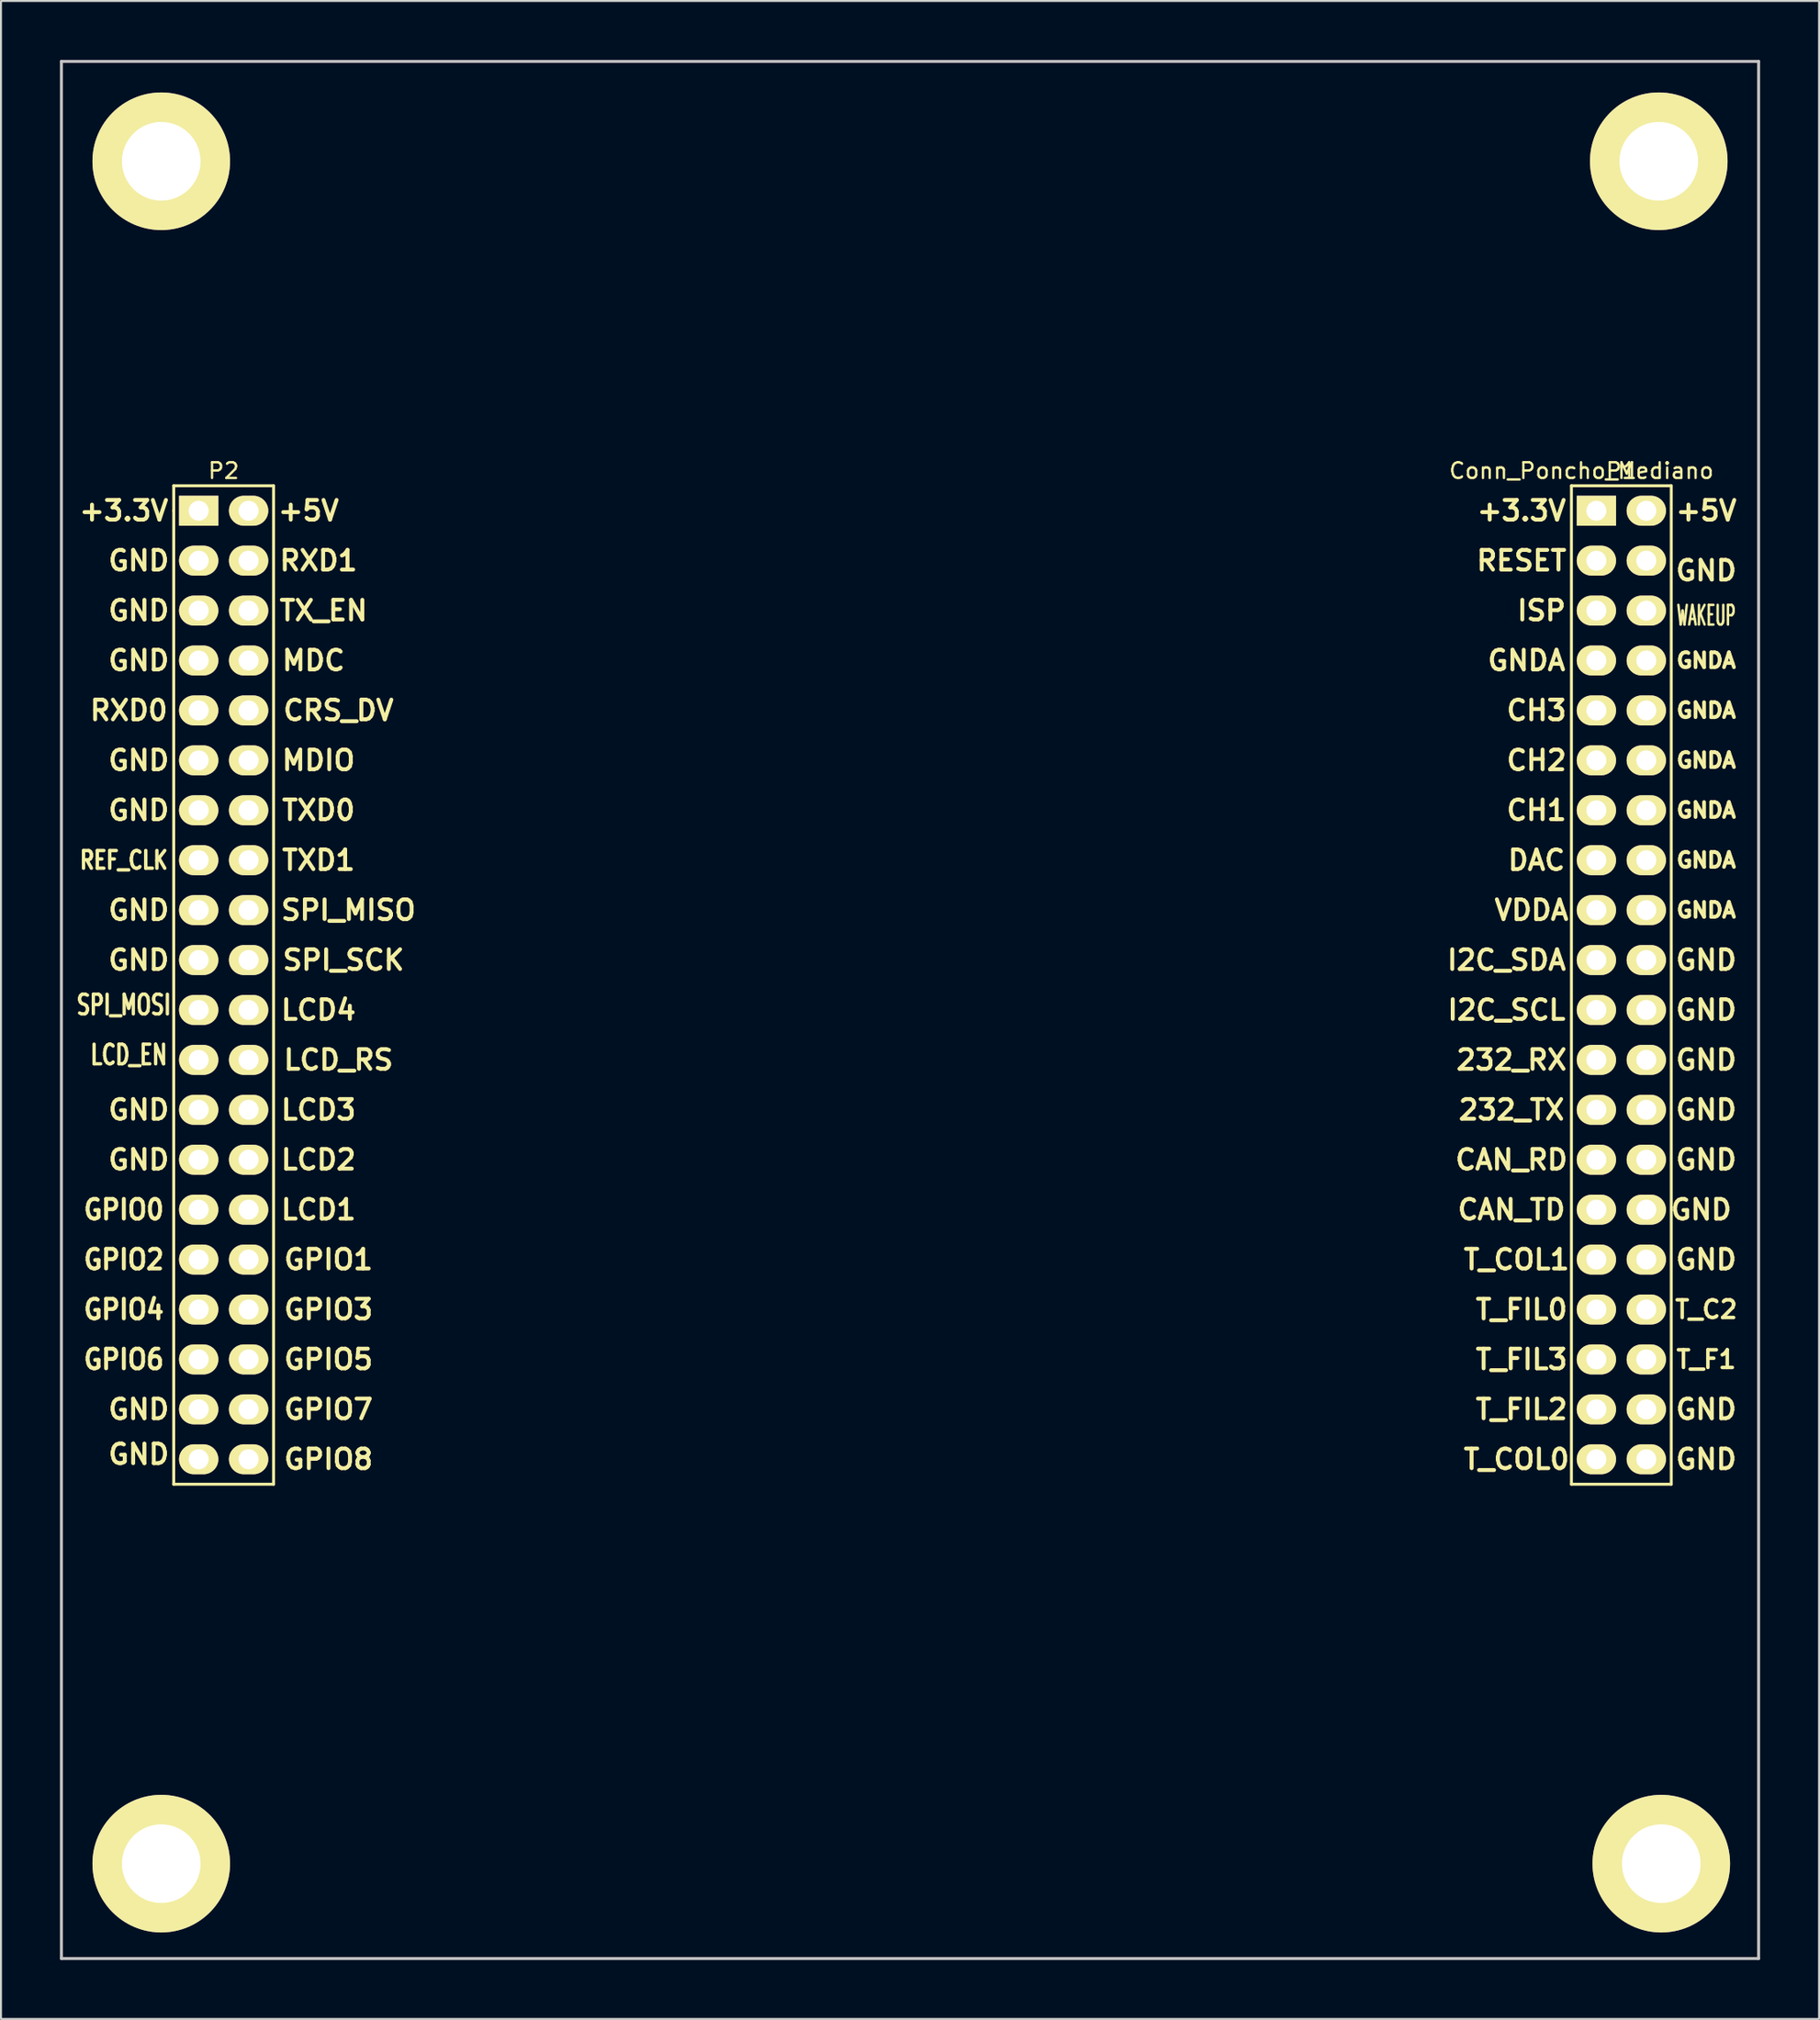
<source format=kicad_pcb>
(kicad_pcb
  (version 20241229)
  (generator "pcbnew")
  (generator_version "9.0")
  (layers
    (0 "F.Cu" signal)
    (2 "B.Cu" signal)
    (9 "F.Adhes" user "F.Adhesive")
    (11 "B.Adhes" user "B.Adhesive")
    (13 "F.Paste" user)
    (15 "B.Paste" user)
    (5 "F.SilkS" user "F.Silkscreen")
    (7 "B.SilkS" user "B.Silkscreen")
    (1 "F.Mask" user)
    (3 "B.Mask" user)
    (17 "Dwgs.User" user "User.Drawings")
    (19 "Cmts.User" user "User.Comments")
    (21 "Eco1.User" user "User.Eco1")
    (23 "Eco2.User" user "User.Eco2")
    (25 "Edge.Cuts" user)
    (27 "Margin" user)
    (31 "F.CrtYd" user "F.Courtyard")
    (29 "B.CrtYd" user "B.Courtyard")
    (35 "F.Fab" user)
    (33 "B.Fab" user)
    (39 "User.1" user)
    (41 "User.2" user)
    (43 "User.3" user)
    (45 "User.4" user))
  (footprint "Conn_Poncho_Mediano"
    (layer "F.Cu")
    (at 78.18 22.935)
    (property "Reference" "Conn_Poncho_Mediano" (at -0.762 -2.032 0) (layer "F.SilkS") (effects (font (size 0.8 0.8) (thickness 0.12))))
    (attr through_hole)
    (fp_line (start -72.39 -1.27) (end -67.31 -1.27) (stroke (width 0.15) (type solid)) (layer "F.SilkS"))
    (fp_line (start -72.39 0) (end -72.39 -1.27) (stroke (width 0.15) (type solid)) (layer "F.SilkS"))
    (fp_line (start -72.39 49.53) (end -72.39 0) (stroke (width 0.15) (type solid)) (layer "F.SilkS"))
    (fp_line (start -67.31 -1.27) (end -67.31 49.53) (stroke (width 0.15) (type solid)) (layer "F.SilkS"))
    (fp_line (start -67.31 49.53) (end -72.39 49.53) (stroke (width 0.15) (type solid)) (layer "F.SilkS"))
    (fp_line (start -1.27 49.53) (end -1.27 -1.27) (stroke (width 0.15) (type solid)) (layer "F.SilkS"))
    (fp_line (start 3.81 -1.27) (end -1.27 -1.27) (stroke (width 0.15) (type solid)) (layer "F.SilkS"))
    (fp_line (start 3.81 49.53) (end -1.27 49.53) (stroke (width 0.15) (type solid)) (layer "F.SilkS"))
    (fp_line (start 3.81 49.53) (end 3.81 -1.27) (stroke (width 0.15) (type solid)) (layer "F.SilkS"))
    (fp_line (start -78.105 -22.86) (end 8.255 -22.86) (stroke (width 0.15) (type solid)) (layer "Dwgs.User"))
    (fp_line (start -78.105 73.66) (end -78.105 -22.86) (stroke (width 0.15) (type solid)) (layer "Dwgs.User"))
    (fp_line (start 8.255 -22.86) (end 8.255 73.66) (stroke (width 0.15) (type solid)) (layer "Dwgs.User"))
    (fp_line (start 8.255 73.66) (end -78.105 73.66) (stroke (width 0.15) (type solid)) (layer "Dwgs.User"))
    (fp_text user "TX_EN" (at -64.77 5.08 0) (layer "F.SilkS") (effects (font (size 1 1) (thickness 0.2))))
    (fp_text user "GND" (at 5.334 35.56 0) (layer "F.SilkS") (effects (font (size 1 1) (thickness 0.2))))
    (fp_text user "T_F1" (at 5.588 43.18 0) (layer "F.SilkS") (effects (font (size 0.9 0.9) (thickness 0.18))))
    (fp_text user "GND" (at -74.168 45.72 0) (layer "F.SilkS") (effects (font (size 1 1) (thickness 0.2))))
    (fp_text user "GPIO2" (at -74.93 38.1 0) (layer "F.SilkS") (effects (font (size 1 0.9) (thickness 0.2))))
    (fp_text user "REF_CLK" (at -74.93 17.78 0) (layer "F.SilkS") (effects (font (size 0.9 0.7) (thickness 0.175))))
    (fp_text user "GND" (at 5.588 25.4 0) (layer "F.SilkS") (effects (font (size 1 1) (thickness 0.2))))
    (fp_text user "CH1" (at -3.048 15.24 0) (layer "F.SilkS") (effects (font (size 1 1) (thickness 0.2))))
    (fp_text user "GND" (at 5.588 22.86 0) (layer "F.SilkS") (effects (font (size 1 1) (thickness 0.2))))
    (fp_text user "GNDA" (at 5.588 7.62 0) (layer "F.SilkS") (effects (font (size 0.76 0.76) (thickness 0.19))))
    (fp_text user "RXD0" (at -74.676 10.16 0) (layer "F.SilkS") (effects (font (size 1 1) (thickness 0.2))))
    (fp_text user "GND" (at 5.588 3.048 0) (layer "F.SilkS") (effects (font (size 1 1) (thickness 0.2))))
    (fp_text user "GNDA" (at -3.556 7.62 0) (layer "F.SilkS") (effects (font (size 1 1) (thickness 0.2))))
    (fp_text user "ISP" (at -2.794 5.08 0) (layer "F.SilkS") (effects (font (size 1 1) (thickness 0.2))))
    (fp_text user "CH2" (at -3.048 12.7 0) (layer "F.SilkS") (effects (font (size 1 1) (thickness 0.2))))
    (fp_text user "GND" (at -74.168 12.7 0) (layer "F.SilkS") (effects (font (size 1 1) (thickness 0.2))))
    (fp_text user "RESET" (at -3.81 2.54 0) (layer "F.SilkS") (effects (font (size 1 1) (thickness 0.2))))
    (fp_text user "DAC" (at -3.048 17.78 0) (layer "F.SilkS") (effects (font (size 1 1) (thickness 0.2))))
    (fp_text user "I2C_SCL" (at -4.572 25.4 0) (layer "F.SilkS") (effects (font (size 1 1) (thickness 0.2))))
    (fp_text user "GPIO5" (at -64.516 43.18 0) (layer "F.SilkS") (effects (font (size 1 1) (thickness 0.2))))
    (fp_text user "CAN_RD" (at -4.318 33.02 0) (layer "F.SilkS") (effects (font (size 1 1) (thickness 0.2))))
    (fp_text user "T_COL0" (at -4.064 48.26 0) (layer "F.SilkS") (effects (font (size 1 1) (thickness 0.2))))
    (fp_text user "GND" (at 5.588 48.26 0) (layer "F.SilkS") (effects (font (size 1 1) (thickness 0.2))))
    (fp_text user "GPIO4" (at -74.93 40.64 0) (layer "F.SilkS") (effects (font (size 1 0.9) (thickness 0.2))))
    (fp_text user "+3.3V" (at -3.81 0 0) (layer "F.SilkS") (effects (font (size 1 1) (thickness 0.2))))
    (fp_text user "GND" (at 5.588 45.72 0) (layer "F.SilkS") (effects (font (size 1 1) (thickness 0.2))))
    (fp_text user "VDDA" (at -3.302 20.32 0) (layer "F.SilkS") (effects (font (size 1 1) (thickness 0.2))))
    (fp_text user "LCD3" (at -65.024 30.48 0) (layer "F.SilkS") (effects (font (size 1 1) (thickness 0.2))))
    (fp_text user "P2" (at -69.85 -2.032 0) (layer "F.SilkS") (effects (font (size 0.8 0.8) (thickness 0.12))))
    (fp_text user "GND" (at -74.168 48.006 0) (layer "F.SilkS") (effects (font (size 1 1) (thickness 0.2))))
    (fp_text user "LCD4" (at -65.024 25.4 0) (layer "F.SilkS") (effects (font (size 1 1) (thickness 0.2))))
    (fp_text user "TXD0" (at -65.024 15.24 0) (layer "F.SilkS") (effects (font (size 1 1) (thickness 0.2))))
    (fp_text user "+3.3V" (at -74.93 0 0) (layer "F.SilkS") (effects (font (size 1 1) (thickness 0.2))))
    (fp_text user "RXD1" (at -65.024 2.54 0) (layer "F.SilkS") (effects (font (size 1 1) (thickness 0.2))))
    (fp_text user "GPIO7" (at -64.516 45.72 0) (layer "F.SilkS") (effects (font (size 1 1) (thickness 0.2))))
    (fp_text user "T_COL1" (at -4.064 38.1 0) (layer "F.SilkS") (effects (font (size 1 1) (thickness 0.2))))
    (fp_text user "GND" (at 5.588 30.48 0) (layer "F.SilkS") (effects (font (size 1 1) (thickness 0.2))))
    (fp_text user "SPI_MOSI" (at -74.93 25.146 0) (layer "F.SilkS") (effects (font (size 1 0.7) (thickness 0.17))))
    (fp_text user "GND" (at 5.588 33.02 0) (layer "F.SilkS") (effects (font (size 1 1) (thickness 0.2))))
    (fp_text user "MDIO" (at -65.024 12.7 0) (layer "F.SilkS") (effects (font (size 1 1) (thickness 0.2))))
    (fp_text user "GPIO1" (at -64.516 38.1 0) (layer "F.SilkS") (effects (font (size 1 1) (thickness 0.2))))
    (fp_text user "232_RX" (at -4.318 27.94 0) (layer "F.SilkS") (effects (font (size 1 1) (thickness 0.2))))
    (fp_text user "GND" (at -74.168 5.08 0) (layer "F.SilkS") (effects (font (size 1 1) (thickness 0.2))))
    (fp_text user "SPI_MISO" (at -63.5 20.32 0) (layer "F.SilkS") (effects (font (size 1 1) (thickness 0.2))))
    (fp_text user "LCD2" (at -65.024 33.02 0) (layer "F.SilkS") (effects (font (size 1 1) (thickness 0.2))))
    (fp_text user "WAKEUP" (at 5.588 5.334 0) (layer "F.SilkS") (effects (font (size 1 0.5) (thickness 0.125))))
    (fp_text user "T_FIL3" (at -3.81 43.18 0) (layer "F.SilkS") (effects (font (size 1 1) (thickness 0.2))))
    (fp_text user "GND" (at -74.168 2.54 0) (layer "F.SilkS") (effects (font (size 1 1) (thickness 0.2))))
    (fp_text user "GPIO3" (at -64.516 40.64 0) (layer "F.SilkS") (effects (font (size 1 1) (thickness 0.2))))
    (fp_text user "P1" (at 1.27 -2.032 0) (layer "F.SilkS") (effects (font (size 0.8 0.8) (thickness 0.12))))
    (fp_text user "GPIO8" (at -64.516 48.26 0) (layer "F.SilkS") (effects (font (size 1 1) (thickness 0.2))))
    (fp_text user "T_C2" (at 5.588 40.64 0) (layer "F.SilkS") (effects (font (size 0.9 0.9) (thickness 0.18))))
    (fp_text user "SPI_SCK" (at -63.754 22.86 0) (layer "F.SilkS") (effects (font (size 1 1) (thickness 0.2))))
    (fp_text user "T_FIL2" (at -3.81 45.72 0) (layer "F.SilkS") (effects (font (size 1 1) (thickness 0.2))))
    (fp_text user "GPIO6" (at -74.93 43.18 0) (layer "F.SilkS") (effects (font (size 1 0.9) (thickness 0.2))))
    (fp_text user "LCD_RS" (at -64.008 27.94 0) (layer "F.SilkS") (effects (font (size 1 1) (thickness 0.2))))
    (fp_text user "232_TX" (at -4.318 30.48 0) (layer "F.SilkS") (effects (font (size 1 1) (thickness 0.2))))
    (fp_text user "GND" (at -74.168 7.62 0) (layer "F.SilkS") (effects (font (size 1 1) (thickness 0.2))))
    (fp_text user "GPIO0" (at -74.93 35.56 0) (layer "F.SilkS") (effects (font (size 1 0.9) (thickness 0.2))))
    (fp_text user "TXD1" (at -65.024 17.78 0) (layer "F.SilkS") (effects (font (size 1 1) (thickness 0.2))))
    (fp_text user "I2C_SDA" (at -4.572 22.86 0) (layer "F.SilkS") (effects (font (size 1 1) (thickness 0.2))))
    (fp_text user "CRS_DV" (at -64.008 10.16 0) (layer "F.SilkS") (effects (font (size 1 1) (thickness 0.2))))
    (fp_text user "+5V" (at -65.532 0 0) (layer "F.SilkS") (effects (font (size 1 1) (thickness 0.2))))
    (fp_text user "GND" (at -74.168 15.24 0) (layer "F.SilkS") (effects (font (size 1 1) (thickness 0.2))))
    (fp_text user "GND" (at 5.588 27.94 0) (layer "F.SilkS") (effects (font (size 1 1) (thickness 0.2))))
    (fp_text user "GNDA" (at 5.588 15.24 0) (layer "F.SilkS") (effects (font (size 0.76 0.76) (thickness 0.19))))
    (fp_text user "T_FIL0" (at -3.81 40.64 0) (layer "F.SilkS") (effects (font (size 1 1) (thickness 0.2))))
    (fp_text user "CAN_TD" (at -4.318 35.56 0) (layer "F.SilkS") (effects (font (size 1 1) (thickness 0.2))))
    (fp_text user "GND" (at -74.168 33.02 0) (layer "F.SilkS") (effects (font (size 1 1) (thickness 0.2))))
    (fp_text user "GND" (at -74.168 30.48 0) (layer "F.SilkS") (effects (font (size 1 1) (thickness 0.2))))
    (fp_text user "CH3" (at -3.048 10.16 0) (layer "F.SilkS") (effects (font (size 1 1) (thickness 0.2))))
    (fp_text user "GND" (at -74.168 22.86 0) (layer "F.SilkS") (effects (font (size 1 1) (thickness 0.2))))
    (fp_text user "LCD_EN" (at -74.676 27.686 0) (layer "F.SilkS") (effects (font (size 1 0.7) (thickness 0.17))))
    (fp_text user "GNDA" (at 5.588 12.7 0) (layer "F.SilkS") (effects (font (size 0.76 0.76) (thickness 0.19))))
    (fp_text user "+5V" (at 5.588 0 0) (layer "F.SilkS") (effects (font (size 1 1) (thickness 0.2))))
    (fp_text user "LCD1" (at -65.024 35.56 0) (layer "F.SilkS") (effects (font (size 1 1) (thickness 0.2))))
    (fp_text user "GNDA" (at 5.588 10.16 0) (layer "F.SilkS") (effects (font (size 0.76 0.76) (thickness 0.19))))
    (fp_text user "GNDA" (at 5.588 20.32 0) (layer "F.SilkS") (effects (font (size 0.76 0.76) (thickness 0.19))))
    (fp_text user "MDC" (at -65.278 7.62 0) (layer "F.SilkS") (effects (font (size 1 1) (thickness 0.2))))
    (fp_text user "GNDA" (at 5.588 17.78 0) (layer "F.SilkS") (effects (font (size 0.76 0.76) (thickness 0.19))))
    (fp_text user "GND" (at 5.588 38.1 0) (layer "F.SilkS") (effects (font (size 1 1) (thickness 0.2))))
    (fp_text user "GND" (at -74.168 20.32 0) (layer "F.SilkS") (effects (font (size 1 1) (thickness 0.2))))
    (pad "1" thru_hole rect (at 0 0 270) (size 1.524 2) (drill 1.016) (layers "*.Cu" "*.Mask" "F.SilkS"))
    (pad "2" thru_hole oval (at 2.54 0 270) (size 1.524 2) (drill 1.016) (layers "*.Cu" "*.Mask" "F.SilkS"))
    (pad "3" thru_hole oval (at 0 2.54 270) (size 1.524 2) (drill 1.016) (layers "*.Cu" "*.Mask" "F.SilkS"))
    (pad "4" thru_hole oval (at 2.54 2.54 270) (size 1.524 2) (drill 1.016) (layers "*.Cu" "*.Mask" "F.SilkS"))
    (pad "5" thru_hole oval (at 0 5.08 270) (size 1.524 2) (drill 1.016) (layers "*.Cu" "*.Mask" "F.SilkS"))
    (pad "6" thru_hole oval (at 2.54 5.08 270) (size 1.524 2) (drill 1.016) (layers "*.Cu" "*.Mask" "F.SilkS"))
    (pad "7" thru_hole oval (at 0 7.62 270) (size 1.524 2) (drill 1.016) (layers "*.Cu" "*.Mask" "F.SilkS"))
    (pad "8" thru_hole oval (at 2.54 7.62 270) (size 1.524 2) (drill 1.016) (layers "*.Cu" "*.Mask" "F.SilkS"))
    (pad "9" thru_hole oval (at 0 10.16 270) (size 1.524 2) (drill 1.016) (layers "*.Cu" "*.Mask" "F.SilkS"))
    (pad "10" thru_hole oval (at 2.54 10.16 270) (size 1.524 2) (drill 1.016) (layers "*.Cu" "*.Mask" "F.SilkS"))
    (pad "11" thru_hole oval (at 0 12.7 270) (size 1.524 2) (drill 1.016) (layers "*.Cu" "*.Mask" "F.SilkS"))
    (pad "12" thru_hole oval (at 2.54 12.7 270) (size 1.524 2) (drill 1.016) (layers "*.Cu" "*.Mask" "F.SilkS"))
    (pad "13" thru_hole oval (at 0 15.24 270) (size 1.524 2) (drill 1.016) (layers "*.Cu" "*.Mask" "F.SilkS"))
    (pad "14" thru_hole oval (at 2.54 15.24 270) (size 1.524 2) (drill 1.016) (layers "*.Cu" "*.Mask" "F.SilkS"))
    (pad "15" thru_hole oval (at 0 17.78 270) (size 1.524 2) (drill 1.016) (layers "*.Cu" "*.Mask" "F.SilkS"))
    (pad "16" thru_hole oval (at 2.54 17.78 270) (size 1.524 2) (drill 1.016) (layers "*.Cu" "*.Mask" "F.SilkS"))
    (pad "17" thru_hole oval (at 0 20.32 270) (size 1.524 2) (drill 1.016) (layers "*.Cu" "*.Mask" "F.SilkS"))
    (pad "18" thru_hole oval (at 2.54 20.32 270) (size 1.524 2) (drill 1.016) (layers "*.Cu" "*.Mask" "F.SilkS"))
    (pad "19" thru_hole oval (at 0 22.86 270) (size 1.524 2) (drill 1.016) (layers "*.Cu" "*.Mask" "F.SilkS"))
    (pad "20" thru_hole oval (at 2.54 22.86 270) (size 1.524 2) (drill 1.016) (layers "*.Cu" "*.Mask" "F.SilkS"))
    (pad "21" thru_hole oval (at 0 25.4 270) (size 1.524 2) (drill 1.016) (layers "*.Cu" "*.Mask" "F.SilkS"))
    (pad "22" thru_hole oval (at 2.54 25.4 270) (size 1.524 2) (drill 1.016) (layers "*.Cu" "*.Mask" "F.SilkS"))
    (pad "23" thru_hole oval (at 0 27.94 270) (size 1.524 2) (drill 1.016) (layers "*.Cu" "*.Mask" "F.SilkS"))
    (pad "24" thru_hole oval (at 2.54 27.94 270) (size 1.524 2) (drill 1.016) (layers "*.Cu" "*.Mask" "F.SilkS"))
    (pad "25" thru_hole oval (at 0 30.48 270) (size 1.524 2) (drill 1.016) (layers "*.Cu" "*.Mask" "F.SilkS"))
    (pad "26" thru_hole oval (at 2.54 30.48 270) (size 1.524 2) (drill 1.016) (layers "*.Cu" "*.Mask" "F.SilkS"))
    (pad "27" thru_hole oval (at 0 33.02 270) (size 1.524 2) (drill 1.016) (layers "*.Cu" "*.Mask" "F.SilkS"))
    (pad "28" thru_hole oval (at 2.54 33.02 270) (size 1.524 2) (drill 1.016) (layers "*.Cu" "*.Mask" "F.SilkS"))
    (pad "29" thru_hole oval (at 0 35.56 270) (size 1.524 2) (drill 1.016) (layers "*.Cu" "*.Mask" "F.SilkS"))
    (pad "30" thru_hole oval (at 2.54 35.56 270) (size 1.524 2) (drill 1.016) (layers "*.Cu" "*.Mask" "F.SilkS"))
    (pad "31" thru_hole oval (at 0 38.1 270) (size 1.524 2) (drill 1.016) (layers "*.Cu" "*.Mask" "F.SilkS"))
    (pad "32" thru_hole oval (at 2.54 38.1 270) (size 1.524 2) (drill 1.016) (layers "*.Cu" "*.Mask" "F.SilkS"))
    (pad "33" thru_hole oval (at 0 40.64 270) (size 1.524 2) (drill 1.016) (layers "*.Cu" "*.Mask" "F.SilkS"))
    (pad "34" thru_hole oval (at 2.54 40.64 270) (size 1.524 2) (drill 1.016) (layers "*.Cu" "*.Mask" "F.SilkS"))
    (pad "35" thru_hole oval (at 0 43.18 270) (size 1.524 2) (drill 1.016) (layers "*.Cu" "*.Mask" "F.SilkS"))
    (pad "36" thru_hole oval (at 2.54 43.18 270) (size 1.524 2) (drill 1.016) (layers "*.Cu" "*.Mask" "F.SilkS"))
    (pad "37" thru_hole oval (at 0 45.72 270) (size 1.524 2) (drill 1.016) (layers "*.Cu" "*.Mask" "F.SilkS"))
    (pad "38" thru_hole oval (at 2.54 45.72 270) (size 1.524 2) (drill 1.016) (layers "*.Cu" "*.Mask" "F.SilkS"))
    (pad "39" thru_hole oval (at 0 48.26 270) (size 1.524 2) (drill 1.016) (layers "*.Cu" "*.Mask" "F.SilkS"))
    (pad "40" thru_hole oval (at 2.54 48.26 270) (size 1.524 2) (drill 1.016) (layers "*.Cu" "*.Mask" "F.SilkS"))
    (pad "41" thru_hole rect (at -71.12 0 270) (size 1.524 2) (drill 1.016) (layers "*.Cu" "*.Mask" "F.SilkS"))
    (pad "42" thru_hole oval (at -68.58 0 270) (size 1.524 2) (drill 1.016) (layers "*.Cu" "*.Mask" "F.SilkS"))
    (pad "43" thru_hole oval (at -71.12 2.54 270) (size 1.524 2) (drill 1.016) (layers "*.Cu" "*.Mask" "F.SilkS"))
    (pad "44" thru_hole oval (at -68.58 2.54 270) (size 1.524 2) (drill 1.016) (layers "*.Cu" "*.Mask" "F.SilkS"))
    (pad "45" thru_hole oval (at -71.12 5.08 270) (size 1.524 2) (drill 1.016) (layers "*.Cu" "*.Mask" "F.SilkS"))
    (pad "46" thru_hole oval (at -68.58 5.08 270) (size 1.524 2) (drill 1.016) (layers "*.Cu" "*.Mask" "F.SilkS"))
    (pad "47" thru_hole oval (at -71.12 7.62 270) (size 1.524 2) (drill 1.016) (layers "*.Cu" "*.Mask" "F.SilkS"))
    (pad "48" thru_hole oval (at -68.58 7.62 270) (size 1.524 2) (drill 1.016) (layers "*.Cu" "*.Mask" "F.SilkS"))
    (pad "49" thru_hole oval (at -71.12 10.16 270) (size 1.524 2) (drill 1.016) (layers "*.Cu" "*.Mask" "F.SilkS"))
    (pad "50" thru_hole oval (at -68.58 10.16 270) (size 1.524 2) (drill 1.016) (layers "*.Cu" "*.Mask" "F.SilkS"))
    (pad "51" thru_hole oval (at -71.12 12.7 270) (size 1.524 2) (drill 1.016) (layers "*.Cu" "*.Mask" "F.SilkS"))
    (pad "52" thru_hole oval (at -68.58 12.7 270) (size 1.524 2) (drill 1.016) (layers "*.Cu" "*.Mask" "F.SilkS"))
    (pad "53" thru_hole oval (at -71.12 15.24 270) (size 1.524 2) (drill 1.016) (layers "*.Cu" "*.Mask" "F.SilkS"))
    (pad "54" thru_hole oval (at -68.58 15.24 270) (size 1.524 2) (drill 1.016) (layers "*.Cu" "*.Mask" "F.SilkS"))
    (pad "55" thru_hole oval (at -71.12 17.78 270) (size 1.524 2) (drill 1.016) (layers "*.Cu" "*.Mask" "F.SilkS"))
    (pad "56" thru_hole oval (at -68.58 17.78 270) (size 1.524 2) (drill 1.016) (layers "*.Cu" "*.Mask" "F.SilkS"))
    (pad "57" thru_hole oval (at -71.12 20.32 270) (size 1.524 2) (drill 1.016) (layers "*.Cu" "*.Mask" "F.SilkS"))
    (pad "58" thru_hole oval (at -68.58 20.32 270) (size 1.524 2) (drill 1.016) (layers "*.Cu" "*.Mask" "F.SilkS"))
    (pad "59" thru_hole oval (at -71.12 22.86 270) (size 1.524 2) (drill 1.016) (layers "*.Cu" "*.Mask" "F.SilkS"))
    (pad "60" thru_hole oval (at -68.58 22.86 270) (size 1.524 2) (drill 1.016) (layers "*.Cu" "*.Mask" "F.SilkS"))
    (pad "61" thru_hole oval (at -71.12 25.4 270) (size 1.524 2) (drill 1.016) (layers "*.Cu" "*.Mask" "F.SilkS"))
    (pad "62" thru_hole oval (at -68.58 25.4 270) (size 1.524 2) (drill 1.016) (layers "*.Cu" "*.Mask" "F.SilkS"))
    (pad "63" thru_hole oval (at -71.12 27.94 270) (size 1.524 2) (drill 1.016) (layers "*.Cu" "*.Mask" "F.SilkS"))
    (pad "64" thru_hole oval (at -68.58 27.94 270) (size 1.524 2) (drill 1.016) (layers "*.Cu" "*.Mask" "F.SilkS"))
    (pad "65" thru_hole oval (at -71.12 30.48 270) (size 1.524 2) (drill 1.016) (layers "*.Cu" "*.Mask" "F.SilkS"))
    (pad "66" thru_hole oval (at -68.58 30.48 270) (size 1.524 2) (drill 1.016) (layers "*.Cu" "*.Mask" "F.SilkS"))
    (pad "67" thru_hole oval (at -71.12 33.02 270) (size 1.524 2) (drill 1.016) (layers "*.Cu" "*.Mask" "F.SilkS"))
    (pad "68" thru_hole oval (at -68.58 33.02 270) (size 1.524 2) (drill 1.016) (layers "*.Cu" "*.Mask" "F.SilkS"))
    (pad "69" thru_hole oval (at -71.12 35.56 270) (size 1.524 2) (drill 1.016) (layers "*.Cu" "*.Mask" "F.SilkS"))
    (pad "70" thru_hole oval (at -68.58 35.56 270) (size 1.524 2) (drill 1.016) (layers "*.Cu" "*.Mask" "F.SilkS"))
    (pad "71" thru_hole oval (at -71.12 38.1 270) (size 1.524 2) (drill 1.016) (layers "*.Cu" "*.Mask" "F.SilkS"))
    (pad "72" thru_hole oval (at -68.58 38.1 270) (size 1.524 2) (drill 1.016) (layers "*.Cu" "*.Mask" "F.SilkS"))
    (pad "73" thru_hole oval (at -71.12 40.64 270) (size 1.524 2) (drill 1.016) (layers "*.Cu" "*.Mask" "F.SilkS"))
    (pad "74" thru_hole oval (at -68.58 40.64 270) (size 1.524 2) (drill 1.016) (layers "*.Cu" "*.Mask" "F.SilkS"))
    (pad "75" thru_hole oval (at -71.12 43.18 270) (size 1.524 2) (drill 1.016) (layers "*.Cu" "*.Mask" "F.SilkS"))
    (pad "76" thru_hole oval (at -68.58 43.18 270) (size 1.524 2) (drill 1.016) (layers "*.Cu" "*.Mask" "F.SilkS"))
    (pad "77" thru_hole oval (at -71.12 45.72 270) (size 1.524 2) (drill 1.016) (layers "*.Cu" "*.Mask" "F.SilkS"))
    (pad "78" thru_hole oval (at -68.58 45.72 270) (size 1.524 2) (drill 1.016) (layers "*.Cu" "*.Mask" "F.SilkS"))
    (pad "79" thru_hole oval (at -71.12 48.26 270) (size 1.524 2) (drill 1.016) (layers "*.Cu" "*.Mask" "F.SilkS"))
    (pad "80" thru_hole oval (at -68.58 48.26 270) (size 1.524 2) (drill 1.016) (layers "*.Cu" "*.Mask" "F.SilkS"))
    (pad "~" thru_hole circle (at -73.025 -17.78) (size 7 7) (drill 4) (layers "*.Cu" "*.Mask" "F.SilkS"))
    (pad "~" thru_hole circle (at -73.025 68.834) (size 7 7) (drill 4) (layers "*.Cu" "*.Mask" "F.SilkS"))
    (pad "~" thru_hole circle (at 3.175 -17.78) (size 7 7) (drill 4) (layers "*.Cu" "*.Mask" "F.SilkS"))
    (pad "~" thru_hole circle (at 3.302 68.834) (size 7 7) (drill 4) (layers "*.Cu" "*.Mask" "F.SilkS")))
  (gr_rect
    (start -3 -3)
    (end 89.51 99.67)
    (stroke (width 0.1) (type default))
    (fill no)
    (layer "Edge.Cuts")))
</source>
